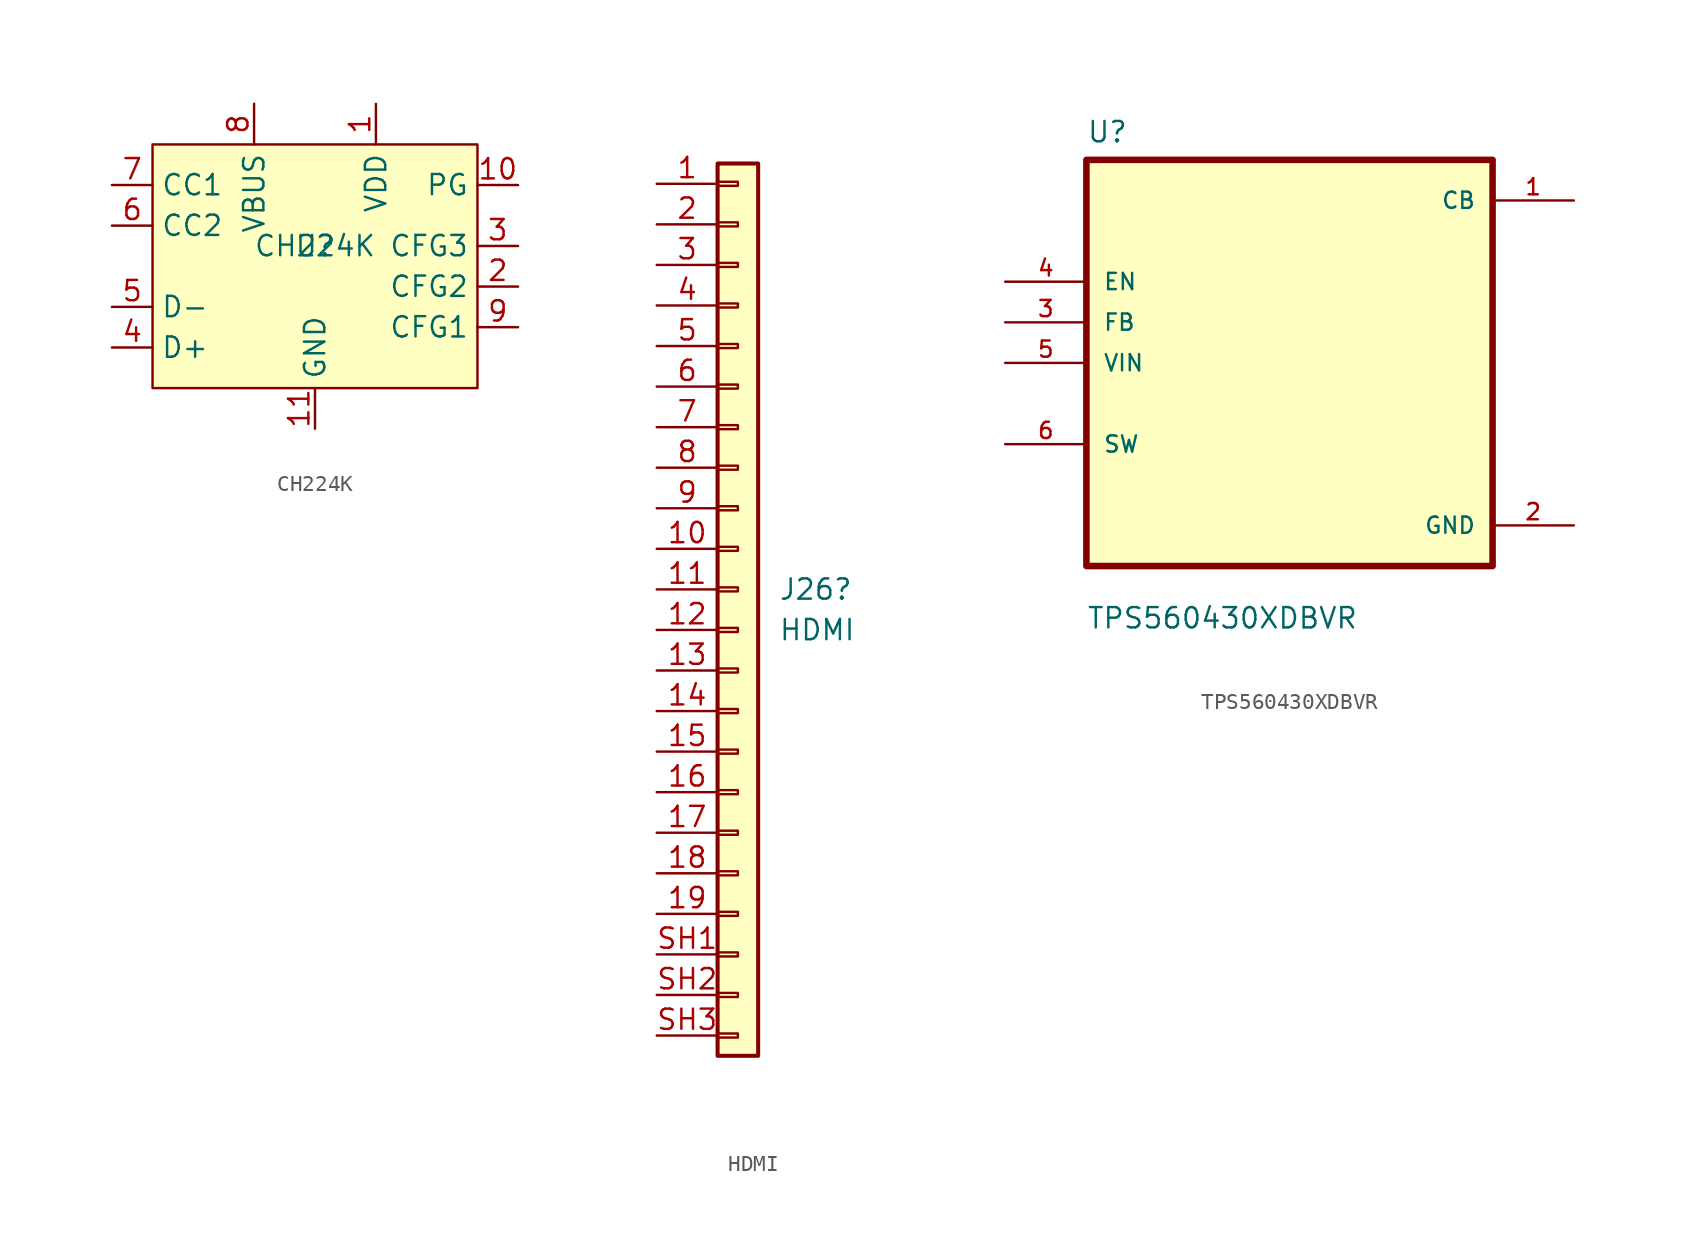
<source format=kicad_sym>
(kicad_symbol_lib
  (version 20231120)
  (generator "kicad_symbol_editor")
  (generator_version "8.0")
  (symbol "CH224K"
    (property "Reference" "U"
      (at 10.16 -6.35 0)
      (effects (font (size 1.27 1.27))))
    (property "Value" "CH224K"
      (at 10.16 -6.35 0)
      (effects (font (size 1.27 1.27))))
    (symbol "CH224K_1_1"
      (rectangle (start 0 0) (end 20.32 -15.24) (stroke (width 0) (type default)) (fill (type background)))
      (pin power_in line (at 13.97 2.54 270) (length 2.54) (name "VDD" (effects (font (size 1.27 1.27)))) (number "1" (effects (font (size 1.27 1.27)))))
      (pin bidirectional line (at 22.86 -2.54 180) (length 2.54) (name "PG" (effects (font (size 1.27 1.27)))) (number "10" (effects (font (size 1.27 1.27)))))
      (pin passive line (at 10.16 -17.78 90) (length 2.54) (name "GND" (effects (font (size 1.27 1.27)))) (number "11" (effects (font (size 1.27 1.27)))))
      (pin passive line (at 22.86 -8.89 180) (length 2.54) (name "CFG2" (effects (font (size 1.27 1.27)))) (number "2" (effects (font (size 1.27 1.27)))))
      (pin passive line (at 22.86 -6.35 180) (length 2.54) (name "CFG3" (effects (font (size 1.27 1.27)))) (number "3" (effects (font (size 1.27 1.27)))))
      (pin bidirectional line (at -2.54 -12.7 0) (length 2.54) (name "D+" (effects (font (size 1.27 1.27)))) (number "4" (effects (font (size 1.27 1.27)))))
      (pin bidirectional line (at -2.54 -10.16 0) (length 2.54) (name "D-" (effects (font (size 1.27 1.27)))) (number "5" (effects (font (size 1.27 1.27)))))
      (pin bidirectional line (at -2.54 -5.08 0) (length 2.54) (name "CC2" (effects (font (size 1.27 1.27)))) (number "6" (effects (font (size 1.27 1.27)))))
      (pin bidirectional line (at -2.54 -2.54 0) (length 2.54) (name "CC1" (effects (font (size 1.27 1.27)))) (number "7" (effects (font (size 1.27 1.27)))))
      (pin bidirectional line (at 6.35 2.54 270) (length 2.54) (name "VBUS" (effects (font (size 1.27 1.27)))) (number "8" (effects (font (size 1.27 1.27)))))
      (pin passive line (at 22.86 -11.43 180) (length 2.54) (name "CFG1" (effects (font (size 1.27 1.27)))) (number "9" (effects (font (size 1.27 1.27)))))))
  (symbol "HDMI"
    (pin_names
      (offset 1.016) hide)
    (property "Reference" "J26"
      (at 2.54 0.0001 0)
      (effects (font (size 1.27 1.27)) (justify left)))
    (property "Value" "HDMI"
      (at 2.54 -2.54 0)
      (effects (font (size 1.27 1.27)) (justify left)))
    (symbol "HDMI_1_1"
      (rectangle (start -1.27 -27.813) (end 0 -28.067) (stroke (width 0.152) (type default)) (fill (type none)))
      (rectangle (start -1.27 -25.273) (end 0 -25.527) (stroke (width 0.152) (type default)) (fill (type none)))
      (rectangle (start -1.27 -22.733) (end 0 -22.987) (stroke (width 0.152) (type default)) (fill (type none)))
      (rectangle (start -1.27 -20.193) (end 0 -20.447) (stroke (width 0.152) (type default)) (fill (type none)))
      (rectangle (start -1.27 -17.653) (end 0 -17.907) (stroke (width 0.152) (type default)) (fill (type none)))
      (rectangle (start -1.27 -15.113) (end 0 -15.367) (stroke (width 0.152) (type default)) (fill (type none)))
      (rectangle (start -1.27 -12.573) (end 0 -12.827) (stroke (width 0.152) (type default)) (fill (type none)))
      (rectangle (start -1.27 -10.033) (end 0 -10.287) (stroke (width 0.152) (type default)) (fill (type none)))
      (rectangle (start -1.27 -7.493) (end 0 -7.747) (stroke (width 0.152) (type default)) (fill (type none)))
      (rectangle (start -1.27 -4.953) (end 0 -5.207) (stroke (width 0.152) (type default)) (fill (type none)))
      (rectangle (start -1.27 -2.413) (end 0 -2.667) (stroke (width 0.152) (type default)) (fill (type none)))
      (rectangle (start -1.27 0.127) (end 0 -0.127) (stroke (width 0.152) (type default)) (fill (type none)))
      (rectangle (start -1.27 2.667) (end 0 2.413) (stroke (width 0.152) (type default)) (fill (type none)))
      (rectangle (start -1.27 5.207) (end 0 4.953) (stroke (width 0.152) (type default)) (fill (type none)))
      (rectangle (start -1.27 7.747) (end 0 7.493) (stroke (width 0.152) (type default)) (fill (type none)))
      (rectangle (start -1.27 10.287) (end 0 10.033) (stroke (width 0.152) (type default)) (fill (type none)))
      (rectangle (start -1.27 12.827) (end 0 12.573) (stroke (width 0.152) (type default)) (fill (type none)))
      (rectangle (start -1.27 15.367) (end 0 15.113) (stroke (width 0.152) (type default)) (fill (type none)))
      (rectangle (start -1.27 17.907) (end 0 17.653) (stroke (width 0.152) (type default)) (fill (type none)))
      (rectangle (start -1.27 20.447) (end 0 20.193) (stroke (width 0.152) (type default)) (fill (type none)))
      (rectangle (start -1.27 22.987) (end 0 22.733) (stroke (width 0.152) (type default)) (fill (type none)))
      (rectangle (start -1.27 25.527) (end 0 25.273) (stroke (width 0.152) (type default)) (fill (type none)))
      (rectangle (start -1.27 26.67) (end 1.27 -29.21) (stroke (width 0.254) (type default)) (fill (type background)))
      (pin passive line (at -5.08 25.4 0) (length 3.81) (name "Pin_1" (effects (font (size 1.27 1.27)))) (number "1" (effects (font (size 1.27 1.27)))))
      (pin passive line (at -5.08 2.54 0) (length 3.81) (name "Pin_10" (effects (font (size 1.27 1.27)))) (number "10" (effects (font (size 1.27 1.27)))))
      (pin passive line (at -5.08 0 0) (length 3.81) (name "Pin_11" (effects (font (size 1.27 1.27)))) (number "11" (effects (font (size 1.27 1.27)))))
      (pin passive line (at -5.08 -2.54 0) (length 3.81) (name "Pin_12" (effects (font (size 1.27 1.27)))) (number "12" (effects (font (size 1.27 1.27)))))
      (pin passive line (at -5.08 -5.08 0) (length 3.81) (name "Pin_13" (effects (font (size 1.27 1.27)))) (number "13" (effects (font (size 1.27 1.27)))))
      (pin passive line (at -5.08 -7.62 0) (length 3.81) (name "Pin_14" (effects (font (size 1.27 1.27)))) (number "14" (effects (font (size 1.27 1.27)))))
      (pin passive line (at -5.08 -10.16 0) (length 3.81) (name "Pin_15" (effects (font (size 1.27 1.27)))) (number "15" (effects (font (size 1.27 1.27)))))
      (pin passive line (at -5.08 -12.7 0) (length 3.81) (name "Pin_16" (effects (font (size 1.27 1.27)))) (number "16" (effects (font (size 1.27 1.27)))))
      (pin passive line (at -5.08 -15.24 0) (length 3.81) (name "Pin_17" (effects (font (size 1.27 1.27)))) (number "17" (effects (font (size 1.27 1.27)))))
      (pin passive line (at -5.08 -17.78 0) (length 3.81) (name "Pin_18" (effects (font (size 1.27 1.27)))) (number "18" (effects (font (size 1.27 1.27)))))
      (pin passive line (at -5.08 -20.32 0) (length 3.81) (name "Pin_19" (effects (font (size 1.27 1.27)))) (number "19" (effects (font (size 1.27 1.27)))))
      (pin passive line (at -5.08 22.86 0) (length 3.81) (name "Pin_2" (effects (font (size 1.27 1.27)))) (number "2" (effects (font (size 1.27 1.27)))))
      (pin passive line (at -5.08 20.32 0) (length 3.81) (name "Pin_3" (effects (font (size 1.27 1.27)))) (number "3" (effects (font (size 1.27 1.27)))))
      (pin passive line (at -5.08 17.78 0) (length 3.81) (name "Pin_4" (effects (font (size 1.27 1.27)))) (number "4" (effects (font (size 1.27 1.27)))))
      (pin passive line (at -5.08 15.24 0) (length 3.81) (name "Pin_5" (effects (font (size 1.27 1.27)))) (number "5" (effects (font (size 1.27 1.27)))))
      (pin passive line (at -5.08 12.7 0) (length 3.81) (name "Pin_6" (effects (font (size 1.27 1.27)))) (number "6" (effects (font (size 1.27 1.27)))))
      (pin passive line (at -5.08 10.16 0) (length 3.81) (name "Pin_7" (effects (font (size 1.27 1.27)))) (number "7" (effects (font (size 1.27 1.27)))))
      (pin passive line (at -5.08 7.62 0) (length 3.81) (name "Pin_8" (effects (font (size 1.27 1.27)))) (number "8" (effects (font (size 1.27 1.27)))))
      (pin passive line (at -5.08 5.08 0) (length 3.81) (name "Pin_9" (effects (font (size 1.27 1.27)))) (number "9" (effects (font (size 1.27 1.27)))))
      (pin passive line (at -5.08 -22.86 0) (length 3.81) (name "SH1" (effects (font (size 1.27 1.27)))) (number "SH1" (effects (font (size 1.27 1.27)))))
      (pin passive line (at -5.08 -25.4 0) (length 3.81) (name "SH2" (effects (font (size 1.27 1.27)))) (number "SH2" (effects (font (size 1.27 1.27)))))
      (pin passive line (at -5.08 -27.94 0) (length 3.81) (name "SH3" (effects (font (size 1.27 1.27)))) (number "SH3" (effects (font (size 1.27 1.27)))))))
  (symbol "TPS560430XDBVR"
    (pin_names
      (offset 1.016))
    (property "Reference" "U"
      (at -12.7 13.7 0)
      (effects (font (size 1.27 1.27)) (justify left bottom)))
    (property "Value" "TPS560430XDBVR"
      (at -12.7 -16.7 0)
      (effects (font (size 1.27 1.27)) (justify left bottom)))
    (symbol "TPS560430XDBVR_0_0"
      (rectangle (start -12.7 -12.7) (end 12.7 12.7) (stroke (width 0.41) (type default)) (fill (type background)))
      (pin power_in line (at 17.78 10.16 180) (length 5.08) (name "CB" (effects (font (size 1.016 1.016)))) (number "1" (effects (font (size 1.016 1.016)))))
      (pin power_in line (at 17.78 -10.16 180) (length 5.08) (name "GND" (effects (font (size 1.016 1.016)))) (number "2" (effects (font (size 1.016 1.016)))))
      (pin input line (at -17.78 2.54 0) (length 5.08) (name "FB" (effects (font (size 1.016 1.016)))) (number "3" (effects (font (size 1.016 1.016)))))
      (pin input line (at -17.78 5.08 0) (length 5.08) (name "EN" (effects (font (size 1.016 1.016)))) (number "4" (effects (font (size 1.016 1.016)))))
      (pin input line (at -17.78 0 0) (length 5.08) (name "VIN" (effects (font (size 1.016 1.016)))) (number "5" (effects (font (size 1.016 1.016)))))
      (pin bidirectional line (at -17.78 -5.08 0) (length 5.08) (name "SW" (effects (font (size 1.016 1.016)))) (number "6" (effects (font (size 1.016 1.016))))))))
</source>
